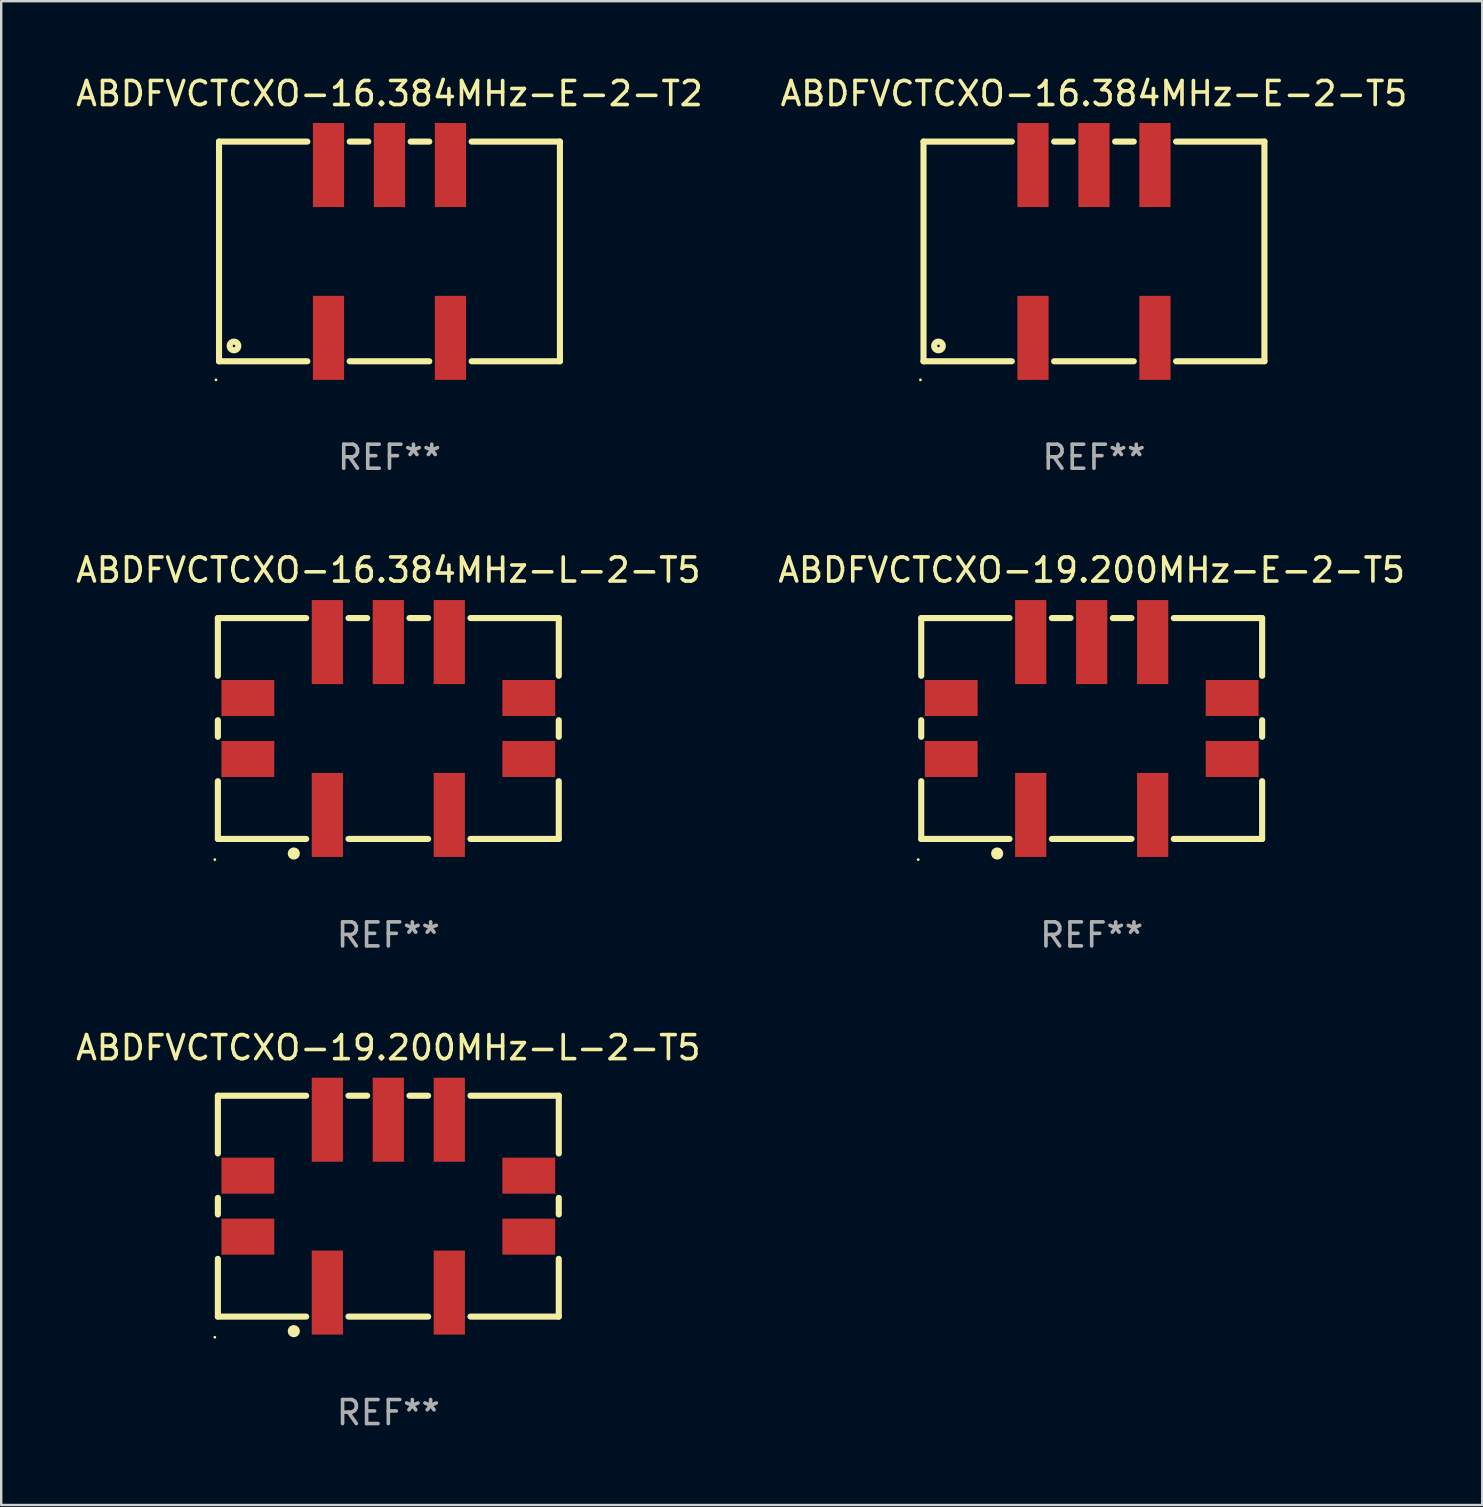
<source format=kicad_pcb>
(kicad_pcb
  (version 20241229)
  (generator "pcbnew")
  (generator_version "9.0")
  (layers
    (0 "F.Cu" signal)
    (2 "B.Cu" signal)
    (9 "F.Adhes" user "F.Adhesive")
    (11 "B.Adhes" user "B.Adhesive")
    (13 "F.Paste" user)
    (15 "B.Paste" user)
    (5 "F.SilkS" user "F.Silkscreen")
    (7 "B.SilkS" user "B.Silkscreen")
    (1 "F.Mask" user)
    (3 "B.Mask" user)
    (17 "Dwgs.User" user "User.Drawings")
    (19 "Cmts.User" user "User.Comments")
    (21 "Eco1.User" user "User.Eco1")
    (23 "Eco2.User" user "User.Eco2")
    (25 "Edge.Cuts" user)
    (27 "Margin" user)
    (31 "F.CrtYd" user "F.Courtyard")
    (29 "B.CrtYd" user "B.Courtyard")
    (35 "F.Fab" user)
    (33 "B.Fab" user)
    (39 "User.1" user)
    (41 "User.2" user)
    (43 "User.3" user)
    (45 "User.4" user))
  (footprint "ABDFVCTCXO-19.200MHz-E-2-T5"
    (layer "F.Cu")
    (at 42.423 27.295)
    (property "Reference" "ABDFVCTCXO-19.200MHz-E-2-T5" (at 0 -6.6 0) (layer "F.SilkS") (effects (font (size 1 1) (thickness 0.15))))
    (attr through_hole)
    (fp_line (start -7.1 -4.6) (end -7.1 -2.195) (stroke (width 0.254) (type solid)) (layer "F.SilkS"))
    (fp_line (start -7.1 -4.6) (end -3.421 -4.6) (stroke (width 0.254) (type solid)) (layer "F.SilkS"))
    (fp_line (start -7.1 -0.345) (end -7.1 0.345) (stroke (width 0.254) (type solid)) (layer "F.SilkS"))
    (fp_line (start -7.1 2.195) (end -7.1 4.6) (stroke (width 0.254) (type solid)) (layer "F.SilkS"))
    (fp_line (start -7.1 4.6) (end -3.421 4.6) (stroke (width 0.254) (type solid)) (layer "F.SilkS"))
    (fp_line (start -1.659 -4.6) (end -0.881 -4.6) (stroke (width 0.254) (type solid)) (layer "F.SilkS"))
    (fp_line (start -1.659 4.6) (end 1.659 4.6) (stroke (width 0.254) (type solid)) (layer "F.SilkS"))
    (fp_line (start 0.881 -4.6) (end 1.659 -4.6) (stroke (width 0.254) (type solid)) (layer "F.SilkS"))
    (fp_line (start 3.421 -4.6) (end 7.1 -4.6) (stroke (width 0.254) (type solid)) (layer "F.SilkS"))
    (fp_line (start 3.421 4.6) (end 7.1 4.6) (stroke (width 0.254) (type solid)) (layer "F.SilkS"))
    (fp_line (start 7.1 -4.6) (end 7.1 -2.195) (stroke (width 0.254) (type solid)) (layer "F.SilkS"))
    (fp_line (start 7.1 -0.345) (end 7.1 0.345) (stroke (width 0.254) (type solid)) (layer "F.SilkS"))
    (fp_line (start 7.1 2.195) (end 7.1 4.6) (stroke (width 0.254) (type solid)) (layer "F.SilkS"))
    (fp_circle (center -7.227 5.461) (end -7.197 5.461) (stroke (width 0.06) (type solid)) (fill no) (layer "F.SilkS"))
    (fp_circle (center -3.937 5.207) (end -3.81 5.207) (stroke (width 0.254) (type solid)) (fill no) (layer "F.SilkS"))
    (fp_text user "REF**" (at 0 8.6 0) (layer "F.Fab") (effects (font (size 1 1) (thickness 0.15))))
    (pad "1" smd rect (at -2.54 3.6) (size 1.3 3.5) (layers "F.Cu" "F.Mask" "F.Paste"))
    (pad "2" smd rect (at 2.54 3.6) (size 1.3 3.5) (layers "F.Cu" "F.Mask" "F.Paste"))
    (pad "3" smd rect (at 2.54 -3.6) (size 1.3 3.5) (layers "F.Cu" "F.Mask" "F.Paste"))
    (pad "4" smd rect (at 0 -3.6) (size 1.3 3.5) (layers "F.Cu" "F.Mask" "F.Paste"))
    (pad "5" smd rect (at -2.54 -3.6) (size 1.3 3.5) (layers "F.Cu" "F.Mask" "F.Paste"))
    (pad "6" smd rect (at 5.85 1.27 90) (size 1.5 2.2) (layers "F.Cu" "F.Mask" "F.Paste"))
    (pad "7" smd rect (at 5.85 -1.27 90) (size 1.5 2.2) (layers "F.Cu" "F.Mask" "F.Paste"))
    (pad "8" smd rect (at -5.85 -1.27 90) (size 1.5 2.2) (layers "F.Cu" "F.Mask" "F.Paste"))
    (pad "9" smd rect (at -5.85 1.27 90) (size 1.5 2.2) (layers "F.Cu" "F.Mask" "F.Paste")))
  (footprint "ABDFVCTCXO-16.384MHz-E-2-T2"
    (layer "F.Cu")
    (at 13.173 7.423)
    (property "Reference" "ABDFVCTCXO-16.384MHz-E-2-T2" (at 0 -6.575 0) (layer "F.SilkS") (effects (font (size 1 1) (thickness 0.15))))
    (attr through_hole)
    (fp_line (start -7.1 -4.575) (end -7.1 4.575) (stroke (width 0.254) (type solid)) (layer "F.SilkS"))
    (fp_line (start -7.1 -4.575) (end -3.421 -4.575) (stroke (width 0.254) (type solid)) (layer "F.SilkS"))
    (fp_line (start -7.1 4.575) (end -3.421 4.575) (stroke (width 0.254) (type solid)) (layer "F.SilkS"))
    (fp_line (start -1.659 -4.575) (end -0.881 -4.575) (stroke (width 0.254) (type solid)) (layer "F.SilkS"))
    (fp_line (start -1.659 4.575) (end 1.659 4.575) (stroke (width 0.254) (type solid)) (layer "F.SilkS"))
    (fp_line (start 0.881 -4.575) (end 1.659 -4.575) (stroke (width 0.254) (type solid)) (layer "F.SilkS"))
    (fp_line (start 3.421 -4.575) (end 7.1 -4.575) (stroke (width 0.254) (type solid)) (layer "F.SilkS"))
    (fp_line (start 3.421 4.575) (end 7.1 4.575) (stroke (width 0.254) (type solid)) (layer "F.SilkS"))
    (fp_line (start 7.1 -4.575) (end 7.1 4.575) (stroke (width 0.254) (type solid)) (layer "F.SilkS"))
    (fp_circle (center -7.227 5.35) (end -7.197 5.35) (stroke (width 0.06) (type solid)) (fill no) (layer "F.SilkS"))
    (fp_circle (center -6.477 3.937) (end -6.297 3.937) (stroke (width 0.254) (type solid)) (fill no) (layer "F.SilkS"))
    (fp_text user "REF**" (at 0 8.575 0) (layer "F.Fab") (effects (font (size 1 1) (thickness 0.15))))
    (pad "1" smd rect (at -2.54 3.6) (size 1.3 3.5) (layers "F.Cu" "F.Mask" "F.Paste"))
    (pad "2" smd rect (at 2.54 3.6) (size 1.3 3.5) (layers "F.Cu" "F.Mask" "F.Paste"))
    (pad "3" smd rect (at 2.54 -3.6) (size 1.3 3.5) (layers "F.Cu" "F.Mask" "F.Paste"))
    (pad "4" smd rect (at 0 -3.6) (size 1.3 3.5) (layers "F.Cu" "F.Mask" "F.Paste"))
    (pad "5" smd rect (at -2.54 -3.6) (size 1.3 3.5) (layers "F.Cu" "F.Mask" "F.Paste")))
  (footprint "ABDFVCTCXO-19.200MHz-L-2-T5"
    (layer "F.Cu")
    (at 13.125 47.191)
    (property "Reference" "ABDFVCTCXO-19.200MHz-L-2-T5" (at 0 -6.6 0) (layer "F.SilkS") (effects (font (size 1 1) (thickness 0.15))))
    (attr through_hole)
    (fp_line (start -7.1 -4.6) (end -7.1 -2.195) (stroke (width 0.254) (type solid)) (layer "F.SilkS"))
    (fp_line (start -7.1 -4.6) (end -3.421 -4.6) (stroke (width 0.254) (type solid)) (layer "F.SilkS"))
    (fp_line (start -7.1 -0.345) (end -7.1 0.345) (stroke (width 0.254) (type solid)) (layer "F.SilkS"))
    (fp_line (start -7.1 2.195) (end -7.1 4.6) (stroke (width 0.254) (type solid)) (layer "F.SilkS"))
    (fp_line (start -7.1 4.6) (end -3.421 4.6) (stroke (width 0.254) (type solid)) (layer "F.SilkS"))
    (fp_line (start -1.659 -4.6) (end -0.881 -4.6) (stroke (width 0.254) (type solid)) (layer "F.SilkS"))
    (fp_line (start -1.659 4.6) (end 1.659 4.6) (stroke (width 0.254) (type solid)) (layer "F.SilkS"))
    (fp_line (start 0.881 -4.6) (end 1.659 -4.6) (stroke (width 0.254) (type solid)) (layer "F.SilkS"))
    (fp_line (start 3.421 -4.6) (end 7.1 -4.6) (stroke (width 0.254) (type solid)) (layer "F.SilkS"))
    (fp_line (start 3.421 4.6) (end 7.1 4.6) (stroke (width 0.254) (type solid)) (layer "F.SilkS"))
    (fp_line (start 7.1 -4.6) (end 7.1 -2.195) (stroke (width 0.254) (type solid)) (layer "F.SilkS"))
    (fp_line (start 7.1 -0.345) (end 7.1 0.345) (stroke (width 0.254) (type solid)) (layer "F.SilkS"))
    (fp_line (start 7.1 2.195) (end 7.1 4.6) (stroke (width 0.254) (type solid)) (layer "F.SilkS"))
    (fp_circle (center -7.227 5.461) (end -7.197 5.461) (stroke (width 0.06) (type solid)) (fill no) (layer "F.SilkS"))
    (fp_circle (center -3.937 5.207) (end -3.81 5.207) (stroke (width 0.254) (type solid)) (fill no) (layer "F.SilkS"))
    (fp_text user "REF**" (at 0 8.6 0) (layer "F.Fab") (effects (font (size 1 1) (thickness 0.15))))
    (pad "1" smd rect (at -2.54 3.6) (size 1.3 3.5) (layers "F.Cu" "F.Mask" "F.Paste"))
    (pad "2" smd rect (at 2.54 3.6) (size 1.3 3.5) (layers "F.Cu" "F.Mask" "F.Paste"))
    (pad "3" smd rect (at 2.54 -3.6) (size 1.3 3.5) (layers "F.Cu" "F.Mask" "F.Paste"))
    (pad "4" smd rect (at 0 -3.6) (size 1.3 3.5) (layers "F.Cu" "F.Mask" "F.Paste"))
    (pad "5" smd rect (at -2.54 -3.6) (size 1.3 3.5) (layers "F.Cu" "F.Mask" "F.Paste"))
    (pad "6" smd rect (at 5.85 1.27 90) (size 1.5 2.2) (layers "F.Cu" "F.Mask" "F.Paste"))
    (pad "7" smd rect (at 5.85 -1.27 90) (size 1.5 2.2) (layers "F.Cu" "F.Mask" "F.Paste"))
    (pad "8" smd rect (at -5.85 -1.27 90) (size 1.5 2.2) (layers "F.Cu" "F.Mask" "F.Paste"))
    (pad "9" smd rect (at -5.85 1.27 90) (size 1.5 2.2) (layers "F.Cu" "F.Mask" "F.Paste")))
  (footprint "ABDFVCTCXO-16.384MHz-L-2-T5"
    (layer "F.Cu")
    (at 13.125 27.295)
    (property "Reference" "ABDFVCTCXO-16.384MHz-L-2-T5" (at 0 -6.6 0) (layer "F.SilkS") (effects (font (size 1 1) (thickness 0.15))))
    (attr through_hole)
    (fp_line (start -7.1 -4.6) (end -7.1 -2.195) (stroke (width 0.254) (type solid)) (layer "F.SilkS"))
    (fp_line (start -7.1 -4.6) (end -3.421 -4.6) (stroke (width 0.254) (type solid)) (layer "F.SilkS"))
    (fp_line (start -7.1 -0.345) (end -7.1 0.345) (stroke (width 0.254) (type solid)) (layer "F.SilkS"))
    (fp_line (start -7.1 2.195) (end -7.1 4.6) (stroke (width 0.254) (type solid)) (layer "F.SilkS"))
    (fp_line (start -7.1 4.6) (end -3.421 4.6) (stroke (width 0.254) (type solid)) (layer "F.SilkS"))
    (fp_line (start -1.659 -4.6) (end -0.881 -4.6) (stroke (width 0.254) (type solid)) (layer "F.SilkS"))
    (fp_line (start -1.659 4.6) (end 1.659 4.6) (stroke (width 0.254) (type solid)) (layer "F.SilkS"))
    (fp_line (start 0.881 -4.6) (end 1.659 -4.6) (stroke (width 0.254) (type solid)) (layer "F.SilkS"))
    (fp_line (start 3.421 -4.6) (end 7.1 -4.6) (stroke (width 0.254) (type solid)) (layer "F.SilkS"))
    (fp_line (start 3.421 4.6) (end 7.1 4.6) (stroke (width 0.254) (type solid)) (layer "F.SilkS"))
    (fp_line (start 7.1 -4.6) (end 7.1 -2.195) (stroke (width 0.254) (type solid)) (layer "F.SilkS"))
    (fp_line (start 7.1 -0.345) (end 7.1 0.345) (stroke (width 0.254) (type solid)) (layer "F.SilkS"))
    (fp_line (start 7.1 2.195) (end 7.1 4.6) (stroke (width 0.254) (type solid)) (layer "F.SilkS"))
    (fp_circle (center -7.227 5.461) (end -7.197 5.461) (stroke (width 0.06) (type solid)) (fill no) (layer "F.SilkS"))
    (fp_circle (center -3.937 5.207) (end -3.81 5.207) (stroke (width 0.254) (type solid)) (fill no) (layer "F.SilkS"))
    (fp_text user "REF**" (at 0 8.6 0) (layer "F.Fab") (effects (font (size 1 1) (thickness 0.15))))
    (pad "1" smd rect (at -2.54 3.6) (size 1.3 3.5) (layers "F.Cu" "F.Mask" "F.Paste"))
    (pad "2" smd rect (at 2.54 3.6) (size 1.3 3.5) (layers "F.Cu" "F.Mask" "F.Paste"))
    (pad "3" smd rect (at 2.54 -3.6) (size 1.3 3.5) (layers "F.Cu" "F.Mask" "F.Paste"))
    (pad "4" smd rect (at 0 -3.6) (size 1.3 3.5) (layers "F.Cu" "F.Mask" "F.Paste"))
    (pad "5" smd rect (at -2.54 -3.6) (size 1.3 3.5) (layers "F.Cu" "F.Mask" "F.Paste"))
    (pad "6" smd rect (at 5.85 1.27 90) (size 1.5 2.2) (layers "F.Cu" "F.Mask" "F.Paste"))
    (pad "7" smd rect (at 5.85 -1.27 90) (size 1.5 2.2) (layers "F.Cu" "F.Mask" "F.Paste"))
    (pad "8" smd rect (at -5.85 -1.27 90) (size 1.5 2.2) (layers "F.Cu" "F.Mask" "F.Paste"))
    (pad "9" smd rect (at -5.85 1.27 90) (size 1.5 2.2) (layers "F.Cu" "F.Mask" "F.Paste")))
  (footprint "ABDFVCTCXO-16.384MHz-E-2-T5"
    (layer "F.Cu")
    (at 42.518 7.423)
    (property "Reference" "ABDFVCTCXO-16.384MHz-E-2-T5" (at 0 -6.575 0) (layer "F.SilkS") (effects (font (size 1 1) (thickness 0.15))))
    (attr through_hole)
    (fp_line (start -7.1 -4.575) (end -7.1 4.575) (stroke (width 0.254) (type solid)) (layer "F.SilkS"))
    (fp_line (start -7.1 -4.575) (end -3.421 -4.575) (stroke (width 0.254) (type solid)) (layer "F.SilkS"))
    (fp_line (start -7.1 4.575) (end -3.421 4.575) (stroke (width 0.254) (type solid)) (layer "F.SilkS"))
    (fp_line (start -1.659 -4.575) (end -0.881 -4.575) (stroke (width 0.254) (type solid)) (layer "F.SilkS"))
    (fp_line (start -1.659 4.575) (end 1.659 4.575) (stroke (width 0.254) (type solid)) (layer "F.SilkS"))
    (fp_line (start 0.881 -4.575) (end 1.659 -4.575) (stroke (width 0.254) (type solid)) (layer "F.SilkS"))
    (fp_line (start 3.421 -4.575) (end 7.1 -4.575) (stroke (width 0.254) (type solid)) (layer "F.SilkS"))
    (fp_line (start 3.421 4.575) (end 7.1 4.575) (stroke (width 0.254) (type solid)) (layer "F.SilkS"))
    (fp_line (start 7.1 -4.575) (end 7.1 4.575) (stroke (width 0.254) (type solid)) (layer "F.SilkS"))
    (fp_circle (center -7.227 5.35) (end -7.197 5.35) (stroke (width 0.06) (type solid)) (fill no) (layer "F.SilkS"))
    (fp_circle (center -6.477 3.937) (end -6.297 3.937) (stroke (width 0.254) (type solid)) (fill no) (layer "F.SilkS"))
    (fp_text user "REF**" (at 0 8.575 0) (layer "F.Fab") (effects (font (size 1 1) (thickness 0.15))))
    (pad "1" smd rect (at -2.54 3.6) (size 1.3 3.5) (layers "F.Cu" "F.Mask" "F.Paste"))
    (pad "2" smd rect (at 2.54 3.6) (size 1.3 3.5) (layers "F.Cu" "F.Mask" "F.Paste"))
    (pad "3" smd rect (at 2.54 -3.6) (size 1.3 3.5) (layers "F.Cu" "F.Mask" "F.Paste"))
    (pad "4" smd rect (at 0 -3.6) (size 1.3 3.5) (layers "F.Cu" "F.Mask" "F.Paste"))
    (pad "5" smd rect (at -2.54 -3.6) (size 1.3 3.5) (layers "F.Cu" "F.Mask" "F.Paste")))
  (gr_rect
    (start -3 -3)
    (end 58.69 59.64)
    (stroke (width 0.1) (type default))
    (fill no)
    (layer "Edge.Cuts")))
</source>
